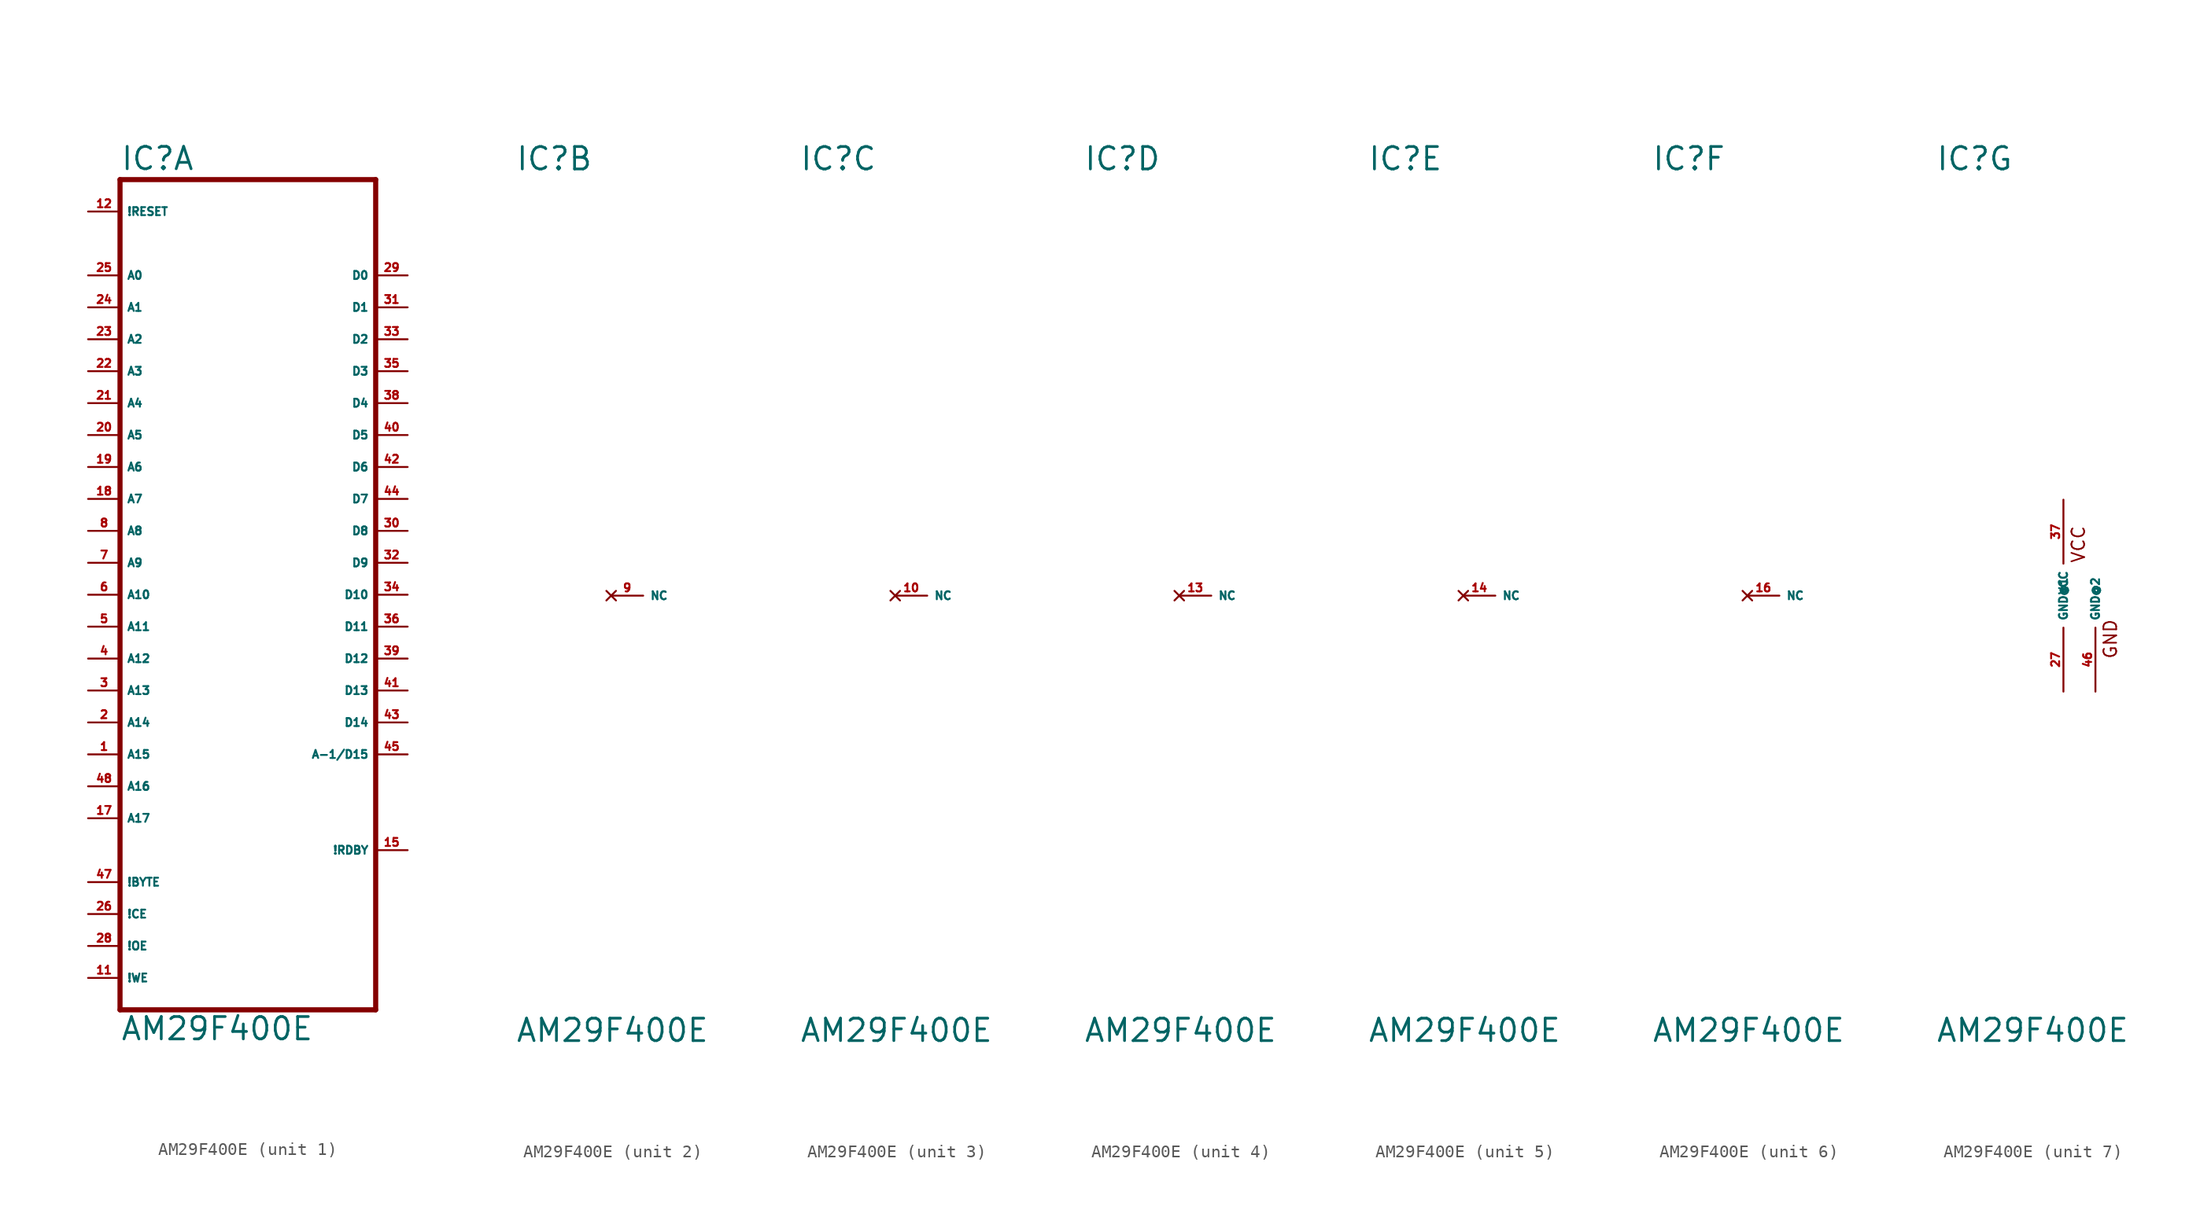
<source format=kicad_sym>
(kicad_symbol_lib
  (version 20220914)
  (generator Eagle2Kicad)
  (symbol "AM29F400E"
    (property "Reference" "IC"
      (at -10.16 33.655 0)
      (effects (font (size 1.778 1.778) (thickness 0.22)) (justify left bottom)))
    (property "Value" "AM29F400E"
      (at -10.16 -35.56 0)
      (effects (font (size 1.778 1.778) (thickness 0.22)) (justify left bottom)))
    (symbol "AM29F400E_1_0"
      (polyline (pts (xy -10.16 -33.02) (xy 10.16 -33.02)) (stroke (width 0.406) (type default)) (fill (type none)))
      (polyline (pts (xy 10.16 -33.02) (xy 10.16 33.02)) (stroke (width 0.406) (type default)) (fill (type none)))
      (polyline (pts (xy 10.16 33.02) (xy -10.16 33.02)) (stroke (width 0.406) (type default)) (fill (type none)))
      (polyline (pts (xy -10.16 33.02) (xy -10.16 -33.02)) (stroke (width 0.406) (type default)) (fill (type none)))
      (pin input line (at -12.7 -30.48 0) (length 2.54) (name "!WE" (effects (font (size 0.635 0.635) (thickness 0.08)) (justify left bottom))) (number "11" (effects (font (size 0.635 0.635) (thickness 0.08)) (justify left bottom))))
      (pin input line (at -12.7 -5.08 0) (length 2.54) (name "A12" (effects (font (size 0.635 0.635) (thickness 0.08)) (justify left bottom))) (number "4" (effects (font (size 0.635 0.635) (thickness 0.08)) (justify left bottom))))
      (pin input line (at -12.7 7.62 0) (length 2.54) (name "A7" (effects (font (size 0.635 0.635) (thickness 0.08)) (justify left bottom))) (number "18" (effects (font (size 0.635 0.635) (thickness 0.08)) (justify left bottom))))
      (pin input line (at -12.7 10.16 0) (length 2.54) (name "A6" (effects (font (size 0.635 0.635) (thickness 0.08)) (justify left bottom))) (number "19" (effects (font (size 0.635 0.635) (thickness 0.08)) (justify left bottom))))
      (pin input line (at -12.7 12.7 0) (length 2.54) (name "A5" (effects (font (size 0.635 0.635) (thickness 0.08)) (justify left bottom))) (number "20" (effects (font (size 0.635 0.635) (thickness 0.08)) (justify left bottom))))
      (pin input line (at -12.7 15.24 0) (length 2.54) (name "A4" (effects (font (size 0.635 0.635) (thickness 0.08)) (justify left bottom))) (number "21" (effects (font (size 0.635 0.635) (thickness 0.08)) (justify left bottom))))
      (pin input line (at -12.7 17.78 0) (length 2.54) (name "A3" (effects (font (size 0.635 0.635) (thickness 0.08)) (justify left bottom))) (number "22" (effects (font (size 0.635 0.635) (thickness 0.08)) (justify left bottom))))
      (pin input line (at -12.7 20.32 0) (length 2.54) (name "A2" (effects (font (size 0.635 0.635) (thickness 0.08)) (justify left bottom))) (number "23" (effects (font (size 0.635 0.635) (thickness 0.08)) (justify left bottom))))
      (pin input line (at -12.7 22.86 0) (length 2.54) (name "A1" (effects (font (size 0.635 0.635) (thickness 0.08)) (justify left bottom))) (number "24" (effects (font (size 0.635 0.635) (thickness 0.08)) (justify left bottom))))
      (pin input line (at -12.7 25.4 0) (length 2.54) (name "A0" (effects (font (size 0.635 0.635) (thickness 0.08)) (justify left bottom))) (number "25" (effects (font (size 0.635 0.635) (thickness 0.08)) (justify left bottom))))
      (pin tri_state line (at 12.7 25.4 180) (length 2.54) (name "D0" (effects (font (size 0.635 0.635) (thickness 0.08)) (justify left bottom))) (number "29" (effects (font (size 0.635 0.635) (thickness 0.08)) (justify left bottom))))
      (pin input line (at -12.7 -25.4 0) (length 2.54) (name "!CE" (effects (font (size 0.635 0.635) (thickness 0.08)) (justify left bottom))) (number "26" (effects (font (size 0.635 0.635) (thickness 0.08)) (justify left bottom))))
      (pin input line (at -12.7 0 0) (length 2.54) (name "A10" (effects (font (size 0.635 0.635) (thickness 0.08)) (justify left bottom))) (number "6" (effects (font (size 0.635 0.635) (thickness 0.08)) (justify left bottom))))
      (pin input line (at -12.7 -27.94 0) (length 2.54) (name "!OE" (effects (font (size 0.635 0.635) (thickness 0.08)) (justify left bottom))) (number "28" (effects (font (size 0.635 0.635) (thickness 0.08)) (justify left bottom))))
      (pin input line (at -12.7 -2.54 0) (length 2.54) (name "A11" (effects (font (size 0.635 0.635) (thickness 0.08)) (justify left bottom))) (number "5" (effects (font (size 0.635 0.635) (thickness 0.08)) (justify left bottom))))
      (pin input line (at -12.7 2.54 0) (length 2.54) (name "A9" (effects (font (size 0.635 0.635) (thickness 0.08)) (justify left bottom))) (number "7" (effects (font (size 0.635 0.635) (thickness 0.08)) (justify left bottom))))
      (pin input line (at -12.7 5.08 0) (length 2.54) (name "A8" (effects (font (size 0.635 0.635) (thickness 0.08)) (justify left bottom))) (number "8" (effects (font (size 0.635 0.635) (thickness 0.08)) (justify left bottom))))
      (pin input line (at -12.7 -7.62 0) (length 2.54) (name "A13" (effects (font (size 0.635 0.635) (thickness 0.08)) (justify left bottom))) (number "3" (effects (font (size 0.635 0.635) (thickness 0.08)) (justify left bottom))))
      (pin input line (at -12.7 -10.16 0) (length 2.54) (name "A14" (effects (font (size 0.635 0.635) (thickness 0.08)) (justify left bottom))) (number "2" (effects (font (size 0.635 0.635) (thickness 0.08)) (justify left bottom))))
      (pin input line (at -12.7 -12.7 0) (length 2.54) (name "A15" (effects (font (size 0.635 0.635) (thickness 0.08)) (justify left bottom))) (number "1" (effects (font (size 0.635 0.635) (thickness 0.08)) (justify left bottom))))
      (pin input line (at -12.7 -15.24 0) (length 2.54) (name "A16" (effects (font (size 0.635 0.635) (thickness 0.08)) (justify left bottom))) (number "48" (effects (font (size 0.635 0.635) (thickness 0.08)) (justify left bottom))))
      (pin input line (at -12.7 -17.78 0) (length 2.54) (name "A17" (effects (font (size 0.635 0.635) (thickness 0.08)) (justify left bottom))) (number "17" (effects (font (size 0.635 0.635) (thickness 0.08)) (justify left bottom))))
      (pin tri_state line (at 12.7 22.86 180) (length 2.54) (name "D1" (effects (font (size 0.635 0.635) (thickness 0.08)) (justify left bottom))) (number "31" (effects (font (size 0.635 0.635) (thickness 0.08)) (justify left bottom))))
      (pin tri_state line (at 12.7 20.32 180) (length 2.54) (name "D2" (effects (font (size 0.635 0.635) (thickness 0.08)) (justify left bottom))) (number "33" (effects (font (size 0.635 0.635) (thickness 0.08)) (justify left bottom))))
      (pin tri_state line (at 12.7 17.78 180) (length 2.54) (name "D3" (effects (font (size 0.635 0.635) (thickness 0.08)) (justify left bottom))) (number "35" (effects (font (size 0.635 0.635) (thickness 0.08)) (justify left bottom))))
      (pin tri_state line (at 12.7 15.24 180) (length 2.54) (name "D4" (effects (font (size 0.635 0.635) (thickness 0.08)) (justify left bottom))) (number "38" (effects (font (size 0.635 0.635) (thickness 0.08)) (justify left bottom))))
      (pin tri_state line (at 12.7 12.7 180) (length 2.54) (name "D5" (effects (font (size 0.635 0.635) (thickness 0.08)) (justify left bottom))) (number "40" (effects (font (size 0.635 0.635) (thickness 0.08)) (justify left bottom))))
      (pin tri_state line (at 12.7 10.16 180) (length 2.54) (name "D6" (effects (font (size 0.635 0.635) (thickness 0.08)) (justify left bottom))) (number "42" (effects (font (size 0.635 0.635) (thickness 0.08)) (justify left bottom))))
      (pin tri_state line (at 12.7 7.62 180) (length 2.54) (name "D7" (effects (font (size 0.635 0.635) (thickness 0.08)) (justify left bottom))) (number "44" (effects (font (size 0.635 0.635) (thickness 0.08)) (justify left bottom))))
      (pin output line (at 12.7 -20.32 180) (length 2.54) (name "!RDBY" (effects (font (size 0.635 0.635) (thickness 0.08)) (justify left bottom))) (number "15" (effects (font (size 0.635 0.635) (thickness 0.08)) (justify left bottom))))
      (pin input line (at -12.7 30.48 0) (length 2.54) (name "!RESET" (effects (font (size 0.635 0.635) (thickness 0.08)) (justify left bottom))) (number "12" (effects (font (size 0.635 0.635) (thickness 0.08)) (justify left bottom))))
      (pin tri_state line (at 12.7 5.08 180) (length 2.54) (name "D8" (effects (font (size 0.635 0.635) (thickness 0.08)) (justify left bottom))) (number "30" (effects (font (size 0.635 0.635) (thickness 0.08)) (justify left bottom))))
      (pin tri_state line (at 12.7 2.54 180) (length 2.54) (name "D9" (effects (font (size 0.635 0.635) (thickness 0.08)) (justify left bottom))) (number "32" (effects (font (size 0.635 0.635) (thickness 0.08)) (justify left bottom))))
      (pin tri_state line (at 12.7 0 180) (length 2.54) (name "D10" (effects (font (size 0.635 0.635) (thickness 0.08)) (justify left bottom))) (number "34" (effects (font (size 0.635 0.635) (thickness 0.08)) (justify left bottom))))
      (pin tri_state line (at 12.7 -2.54 180) (length 2.54) (name "D11" (effects (font (size 0.635 0.635) (thickness 0.08)) (justify left bottom))) (number "36" (effects (font (size 0.635 0.635) (thickness 0.08)) (justify left bottom))))
      (pin tri_state line (at 12.7 -5.08 180) (length 2.54) (name "D12" (effects (font (size 0.635 0.635) (thickness 0.08)) (justify left bottom))) (number "39" (effects (font (size 0.635 0.635) (thickness 0.08)) (justify left bottom))))
      (pin tri_state line (at 12.7 -7.62 180) (length 2.54) (name "D13" (effects (font (size 0.635 0.635) (thickness 0.08)) (justify left bottom))) (number "41" (effects (font (size 0.635 0.635) (thickness 0.08)) (justify left bottom))))
      (pin tri_state line (at 12.7 -10.16 180) (length 2.54) (name "D14" (effects (font (size 0.635 0.635) (thickness 0.08)) (justify left bottom))) (number "43" (effects (font (size 0.635 0.635) (thickness 0.08)) (justify left bottom))))
      (pin tri_state line (at 12.7 -12.7 180) (length 2.54) (name "A-1/D15" (effects (font (size 0.635 0.635) (thickness 0.08)) (justify left bottom))) (number "45" (effects (font (size 0.635 0.635) (thickness 0.08)) (justify left bottom))))
      (pin input line (at -12.7 -22.86 0) (length 2.54) (name "!BYTE" (effects (font (size 0.635 0.635) (thickness 0.08)) (justify left bottom))) (number "47" (effects (font (size 0.635 0.635) (thickness 0.08)) (justify left bottom)))))
    (symbol "AM29F400E_2_0"
      (pin no_connect line (at -2.54 0 0) (length 2.54) (name "NC" (effects (font (size 0.635 0.635) (thickness 0.08)) (justify left bottom) hide)) (number "9" (effects (font (size 0.635 0.635) (thickness 0.08)) (justify left bottom) hide))))
    (symbol "AM29F400E_3_0"
      (pin no_connect line (at -2.54 0 0) (length 2.54) (name "NC" (effects (font (size 0.635 0.635) (thickness 0.08)) (justify left bottom) hide)) (number "10" (effects (font (size 0.635 0.635) (thickness 0.08)) (justify left bottom) hide))))
    (symbol "AM29F400E_4_0"
      (pin no_connect line (at -2.54 0 0) (length 2.54) (name "NC" (effects (font (size 0.635 0.635) (thickness 0.08)) (justify left bottom) hide)) (number "13" (effects (font (size 0.635 0.635) (thickness 0.08)) (justify left bottom) hide))))
    (symbol "AM29F400E_5_0"
      (pin no_connect line (at -2.54 0 0) (length 2.54) (name "NC" (effects (font (size 0.635 0.635) (thickness 0.08)) (justify left bottom) hide)) (number "14" (effects (font (size 0.635 0.635) (thickness 0.08)) (justify left bottom) hide))))
    (symbol "AM29F400E_6_0"
      (pin no_connect line (at -2.54 0 0) (length 2.54) (name "NC" (effects (font (size 0.635 0.635) (thickness 0.08)) (justify left bottom) hide)) (number "16" (effects (font (size 0.635 0.635) (thickness 0.08)) (justify left bottom) hide))))
    (symbol "AM29F400E_7_0"
      (text "GND" (at 4.318 -5.08 900) (effects (font (size 1.016 1.016) (thickness 0.13)) (justify left bottom)))
      (text "VCC" (at 1.778 2.54 900) (effects (font (size 1.016 1.016) (thickness 0.13)) (justify left bottom)))
      (pin unspecified line (at 0 7.62 270) (length 5.08) (name "VCC" (effects (font (size 0.635 0.635) (thickness 0.08)) (justify left bottom))) (number "37" (effects (font (size 0.635 0.635) (thickness 0.08)) (justify left bottom))))
      (pin unspecified line (at 0 -7.62 90) (length 5.08) (name "GND@1" (effects (font (size 0.635 0.635) (thickness 0.08)) (justify left bottom))) (number "27" (effects (font (size 0.635 0.635) (thickness 0.08)) (justify left bottom))))
      (pin unspecified line (at 2.54 -7.62 90) (length 5.08) (name "GND@2" (effects (font (size 0.635 0.635) (thickness 0.08)) (justify left bottom))) (number "46" (effects (font (size 0.635 0.635) (thickness 0.08)) (justify left bottom)))))))
</source>
